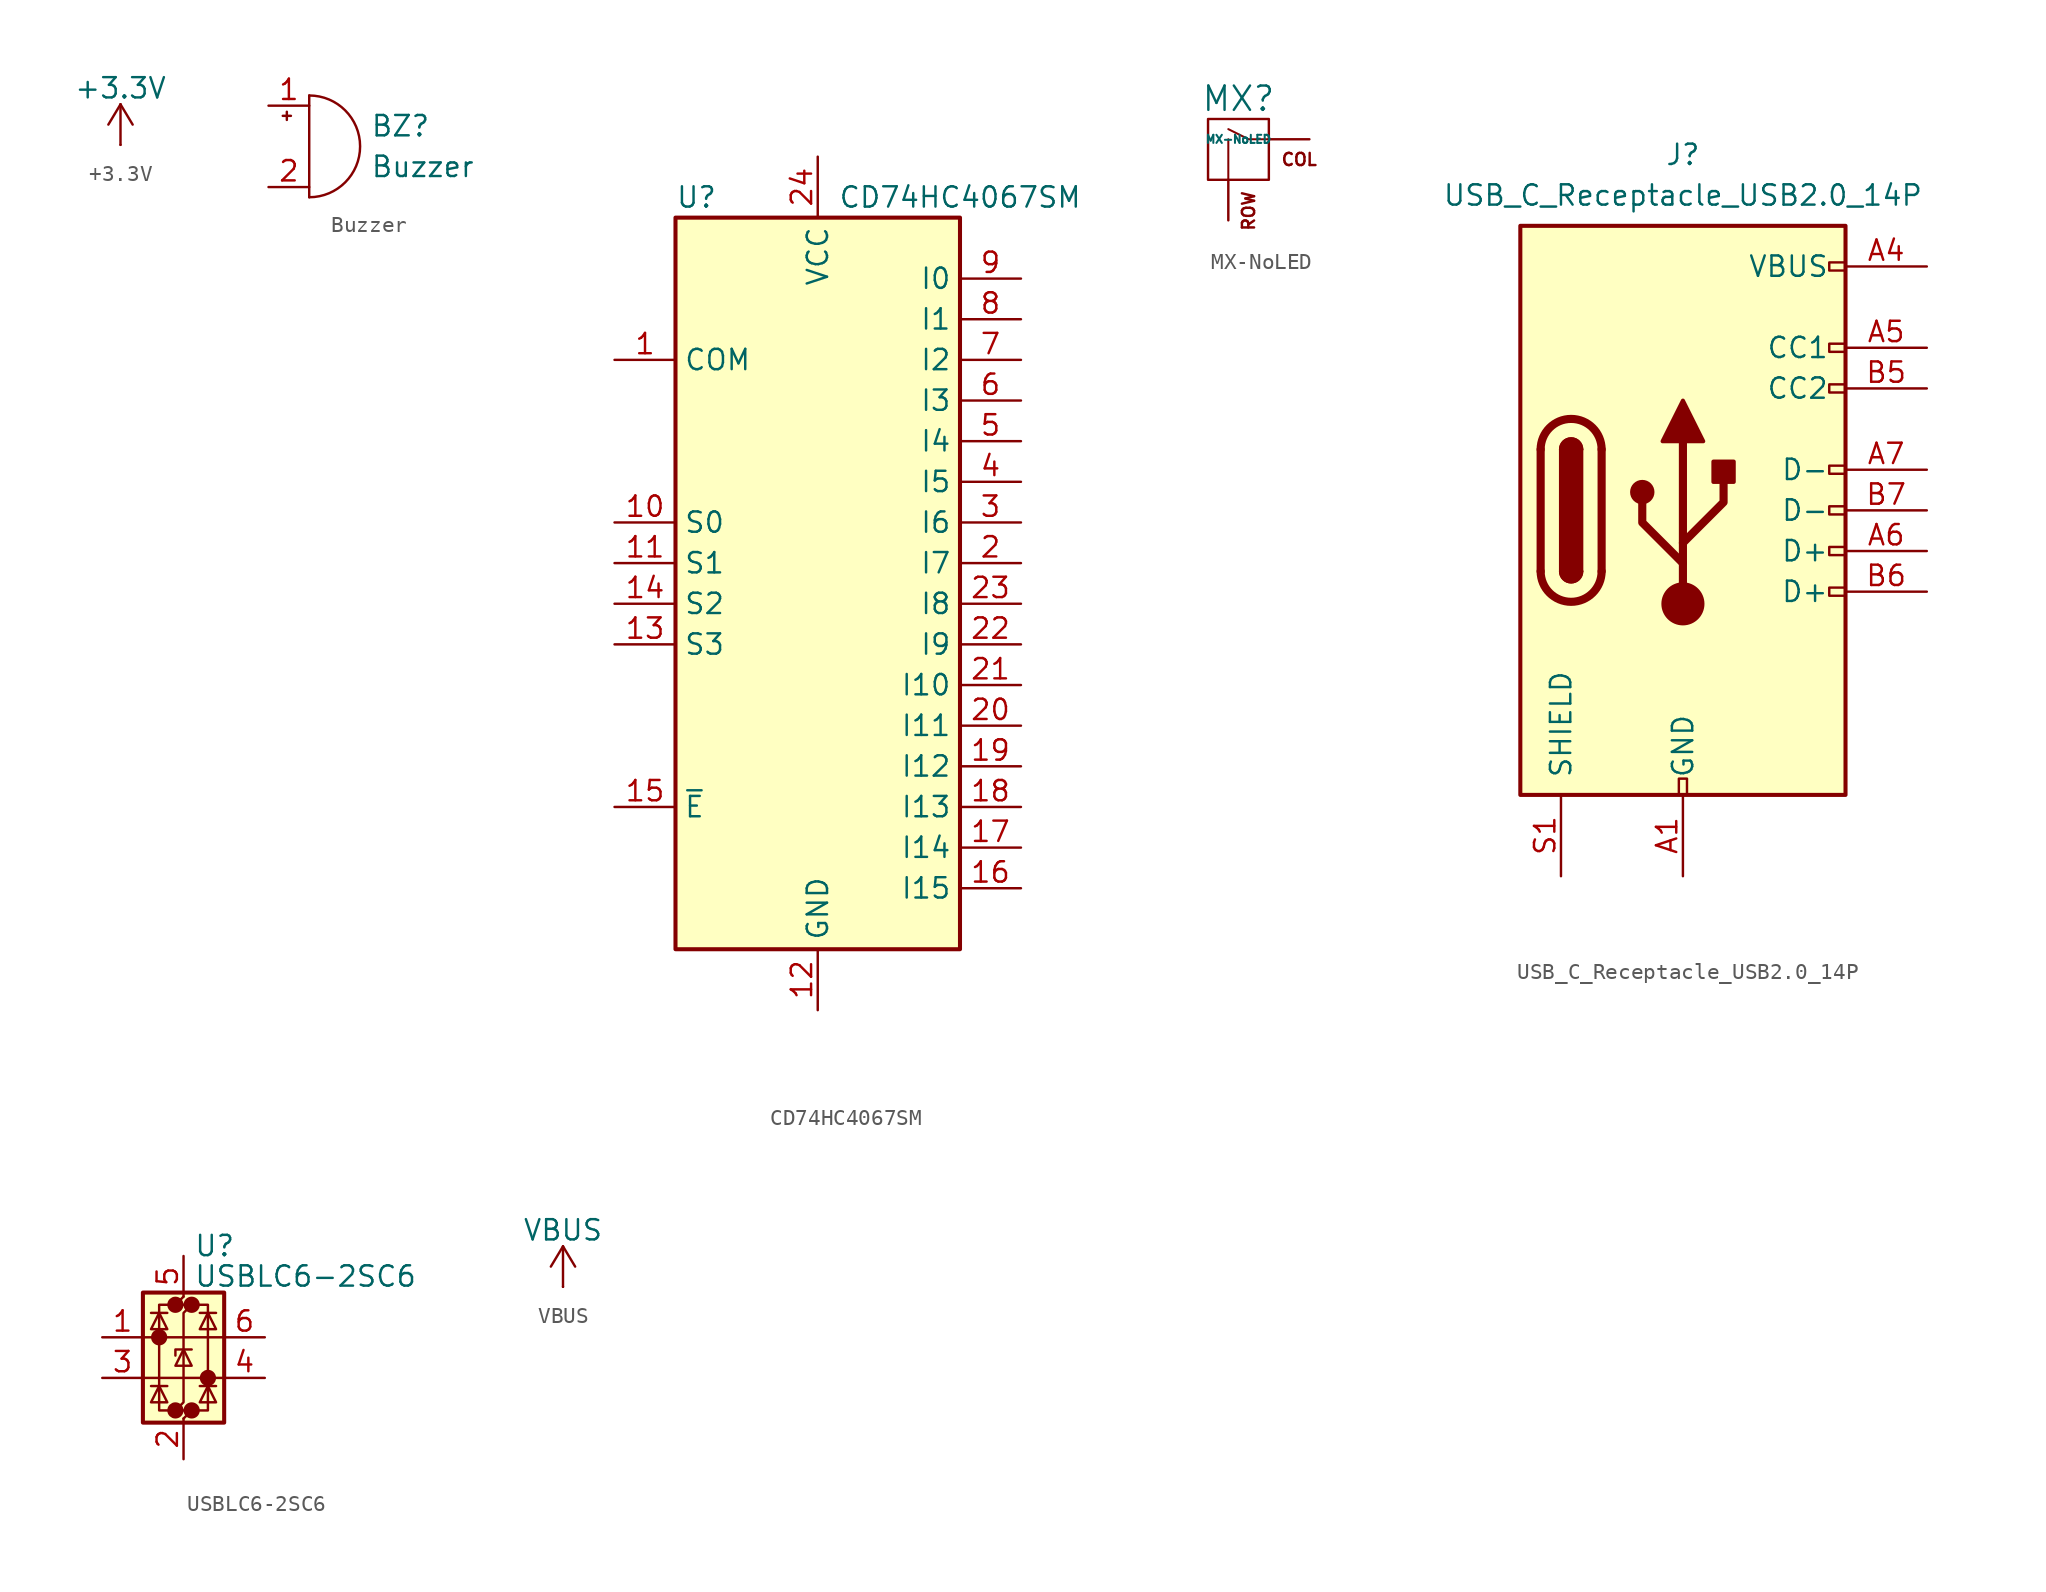
<source format=kicad_sym>
(kicad_symbol_lib
  (version 20241209)
  (generator "kicad_symbol_editor")
  (generator_version "9.0")
  (symbol "+3.3V"
    (power)
    (pin_numbers
      (hide yes))
    (pin_names
      (offset 0)
      (hide yes))
    (property "Reference" "#PWR"
      (at 0 -3.81 0)
      (effects (font (size 1.27 1.27)) (hide yes)))
    (property "Value" "+3.3V"
      (at 0 3.556 0)
      (effects (font (size 1.27 1.27))))
    (symbol "+3.3V_0_1"
      (polyline (pts (xy -0.762 1.27) (xy 0 2.54)) (stroke (width 0) (type default)) (fill (type none)))
      (polyline (pts (xy 0 2.54) (xy 0.762 1.27)) (stroke (width 0) (type default)) (fill (type none)))
      (polyline (pts (xy 0 0) (xy 0 2.54)) (stroke (width 0) (type default)) (fill (type none))))
    (symbol "+3.3V_1_1"
      (pin power_in line (at 0 0 90) (length 0) (name "~" (effects (font (size 1.27 1.27)))) (number "1" (effects (font (size 1.27 1.27)))))))
  (symbol "Buzzer"
    (pin_names
      (offset 0.025)
      (hide yes))
    (property "Reference" "BZ"
      (at 3.81 1.27 0)
      (effects (font (size 1.27 1.27)) (justify left)))
    (property "Value" "Buzzer"
      (at 3.81 -1.27 0)
      (effects (font (size 1.27 1.27)) (justify left)))
    (symbol "Buzzer_0_1"
      (polyline (pts (xy -1.651 1.905) (xy -1.143 1.905)) (stroke (width 0) (type default)) (fill (type none)))
      (polyline (pts (xy -1.397 2.159) (xy -1.397 1.651)) (stroke (width 0) (type default)) (fill (type none)))
      (arc (start 0 3.175) (mid 3.1612 0) (end 0 -3.175) (stroke (width 0) (type default)) (fill (type none)))
      (polyline (pts (xy 0 3.175) (xy 0 -3.175)) (stroke (width 0) (type default)) (fill (type none))))
    (symbol "Buzzer_1_1"
      (pin passive line (at -2.54 2.54 0) (length 2.54) (name "+" (effects (font (size 1.27 1.27)))) (number "1" (effects (font (size 1.27 1.27)))))
      (pin passive line (at -2.54 -2.54 0) (length 2.54) (name "-" (effects (font (size 1.27 1.27)))) (number "2" (effects (font (size 1.27 1.27)))))))
  (symbol "CD74HC4067SM"
    (property "Reference" "U"
      (at -8.89 22.86 0)
      (effects (font (size 1.27 1.27)) (justify left)))
    (property "Value" "CD74HC4067SM"
      (at 1.27 22.86 0)
      (effects (font (size 1.27 1.27)) (justify left)))
    (symbol "CD74HC4067SM_0_1"
      (rectangle (start -8.89 21.59) (end 8.89 -24.13) (stroke (width 0.254) (type default)) (fill (type background))))
    (symbol "CD74HC4067SM_1_1"
      (pin passive line (at -12.7 12.7 0) (length 3.81) (name "COM" (effects (font (size 1.27 1.27)))) (number "1" (effects (font (size 1.27 1.27)))))
      (pin input line (at -12.7 2.54 0) (length 3.81) (name "S0" (effects (font (size 1.27 1.27)))) (number "10" (effects (font (size 1.27 1.27)))))
      (pin input line (at -12.7 0 0) (length 3.81) (name "S1" (effects (font (size 1.27 1.27)))) (number "11" (effects (font (size 1.27 1.27)))))
      (pin input line (at -12.7 -2.54 0) (length 3.81) (name "S2" (effects (font (size 1.27 1.27)))) (number "14" (effects (font (size 1.27 1.27)))))
      (pin input line (at -12.7 -5.08 0) (length 3.81) (name "S3" (effects (font (size 1.27 1.27)))) (number "13" (effects (font (size 1.27 1.27)))))
      (pin input line (at -12.7 -15.24 0) (length 3.81) (name "~{E}" (effects (font (size 1.27 1.27)))) (number "15" (effects (font (size 1.27 1.27)))))
      (pin power_in line (at 0 25.4 270) (length 3.81) (name "VCC" (effects (font (size 1.27 1.27)))) (number "24" (effects (font (size 1.27 1.27)))))
      (pin power_in line (at 0 -27.94 90) (length 3.81) (name "GND" (effects (font (size 1.27 1.27)))) (number "12" (effects (font (size 1.27 1.27)))))
      (pin passive line (at 12.7 17.78 180) (length 3.81) (name "I0" (effects (font (size 1.27 1.27)))) (number "9" (effects (font (size 1.27 1.27)))))
      (pin passive line (at 12.7 15.24 180) (length 3.81) (name "I1" (effects (font (size 1.27 1.27)))) (number "8" (effects (font (size 1.27 1.27)))))
      (pin passive line (at 12.7 12.7 180) (length 3.81) (name "I2" (effects (font (size 1.27 1.27)))) (number "7" (effects (font (size 1.27 1.27)))))
      (pin passive line (at 12.7 10.16 180) (length 3.81) (name "I3" (effects (font (size 1.27 1.27)))) (number "6" (effects (font (size 1.27 1.27)))))
      (pin passive line (at 12.7 7.62 180) (length 3.81) (name "I4" (effects (font (size 1.27 1.27)))) (number "5" (effects (font (size 1.27 1.27)))))
      (pin passive line (at 12.7 5.08 180) (length 3.81) (name "I5" (effects (font (size 1.27 1.27)))) (number "4" (effects (font (size 1.27 1.27)))))
      (pin passive line (at 12.7 2.54 180) (length 3.81) (name "I6" (effects (font (size 1.27 1.27)))) (number "3" (effects (font (size 1.27 1.27)))))
      (pin passive line (at 12.7 0 180) (length 3.81) (name "I7" (effects (font (size 1.27 1.27)))) (number "2" (effects (font (size 1.27 1.27)))))
      (pin passive line (at 12.7 -2.54 180) (length 3.81) (name "I8" (effects (font (size 1.27 1.27)))) (number "23" (effects (font (size 1.27 1.27)))))
      (pin passive line (at 12.7 -5.08 180) (length 3.81) (name "I9" (effects (font (size 1.27 1.27)))) (number "22" (effects (font (size 1.27 1.27)))))
      (pin passive line (at 12.7 -7.62 180) (length 3.81) (name "I10" (effects (font (size 1.27 1.27)))) (number "21" (effects (font (size 1.27 1.27)))))
      (pin passive line (at 12.7 -10.16 180) (length 3.81) (name "I11" (effects (font (size 1.27 1.27)))) (number "20" (effects (font (size 1.27 1.27)))))
      (pin passive line (at 12.7 -12.7 180) (length 3.81) (name "I12" (effects (font (size 1.27 1.27)))) (number "19" (effects (font (size 1.27 1.27)))))
      (pin passive line (at 12.7 -15.24 180) (length 3.81) (name "I13" (effects (font (size 1.27 1.27)))) (number "18" (effects (font (size 1.27 1.27)))))
      (pin passive line (at 12.7 -17.78 180) (length 3.81) (name "I14" (effects (font (size 1.27 1.27)))) (number "17" (effects (font (size 1.27 1.27)))))
      (pin passive line (at 12.7 -20.32 180) (length 3.81) (name "I15" (effects (font (size 1.27 1.27)))) (number "16" (effects (font (size 1.27 1.27)))))))
  (symbol "MX-NoLED"
    (pin_names
      (offset 1.016))
    (property "Reference" "MX"
      (at -0.635 3.81 0)
      (effects (font (size 1.524 1.524))))
    (property "Value" "MX-NoLED"
      (at -0.635 1.27 0)
      (effects (font (size 0.508 0.508))))
    (symbol "MX-NoLED_0_0"
      (rectangle (start -2.54 2.54) (end 1.27 -1.27) (stroke (width 0) (type default)) (fill (type none)))
      (polyline (pts (xy -1.27 -1.27) (xy -1.27 1.27)) (stroke (width 0.127) (type default)) (fill (type none)))
      (polyline (pts (xy 1.27 1.27) (xy 0 1.27) (xy -1.27 1.905)) (stroke (width 0.127) (type default)) (fill (type none)))
      (text "ROW" (at 0 -1.905 900) (effects (font (size 0.762 0.762)) (justify right)))
      (text "COL" (at 3.175 0 0) (effects (font (size 0.762 0.762)))))
    (symbol "MX-NoLED_1_1"
      (pin passive line (at -1.27 -3.81 90) (length 2.54) (name "ROW" (effects (font (size 0 0)))) (number "2" (effects (font (size 0 0)))))
      (pin passive line (at 3.81 1.27 180) (length 2.54) (name "COL" (effects (font (size 0 0)))) (number "1" (effects (font (size 0 0)))))))
  (symbol "USB_C_Receptacle_USB2.0_14P"
    (pin_names
      (offset 1.016))
    (property "Reference" "J"
      (at 0 22.225 0)
      (effects (font (size 1.27 1.27))))
    (property "Value" "USB_C_Receptacle_USB2.0_14P"
      (at 0 19.685 0)
      (effects (font (size 1.27 1.27))))
    (symbol "USB_C_Receptacle_USB2.0_14P_0_0"
      (rectangle (start -0.254 -17.78) (end 0.254 -16.764) (stroke (width 0) (type default)) (fill (type none)))
      (rectangle (start 10.16 15.494) (end 9.144 14.986) (stroke (width 0) (type default)) (fill (type none)))
      (rectangle (start 10.16 10.414) (end 9.144 9.906) (stroke (width 0) (type default)) (fill (type none)))
      (rectangle (start 10.16 7.874) (end 9.144 7.366) (stroke (width 0) (type default)) (fill (type none)))
      (rectangle (start 10.16 2.794) (end 9.144 2.286) (stroke (width 0) (type default)) (fill (type none)))
      (rectangle (start 10.16 0.254) (end 9.144 -0.254) (stroke (width 0) (type default)) (fill (type none)))
      (rectangle (start 10.16 -2.286) (end 9.144 -2.794) (stroke (width 0) (type default)) (fill (type none)))
      (rectangle (start 10.16 -4.826) (end 9.144 -5.334) (stroke (width 0) (type default)) (fill (type none))))
    (symbol "USB_C_Receptacle_USB2.0_14P_0_1"
      (rectangle (start -10.16 17.78) (end 10.16 -17.78) (stroke (width 0.254) (type default)) (fill (type background)))
      (polyline (pts (xy -8.89 -3.81) (xy -8.89 3.81)) (stroke (width 0.508) (type default)) (fill (type none)))
      (rectangle (start -7.62 -3.81) (end -6.35 3.81) (stroke (width 0.254) (type default)) (fill (type outline)))
      (arc (start -7.62 3.81) (mid -6.985 4.4423) (end -6.35 3.81) (stroke (width 0.254) (type default)) (fill (type none)))
      (arc (start -7.62 3.81) (mid -6.985 4.4423) (end -6.35 3.81) (stroke (width 0.254) (type default)) (fill (type outline)))
      (arc (start -8.89 3.81) (mid -6.985 5.7067) (end -5.08 3.81) (stroke (width 0.508) (type default)) (fill (type none)))
      (arc (start -5.08 -3.81) (mid -6.985 -5.7067) (end -8.89 -3.81) (stroke (width 0.508) (type default)) (fill (type none)))
      (arc (start -6.35 -3.81) (mid -6.985 -4.4423) (end -7.62 -3.81) (stroke (width 0.254) (type default)) (fill (type none)))
      (arc (start -6.35 -3.81) (mid -6.985 -4.4423) (end -7.62 -3.81) (stroke (width 0.254) (type default)) (fill (type outline)))
      (polyline (pts (xy -5.08 3.81) (xy -5.08 -3.81)) (stroke (width 0.508) (type default)) (fill (type none)))
      (circle (center -2.54 1.143) (radius 0.635) (stroke (width 0.254) (type default)) (fill (type outline)))
      (polyline (pts (xy -1.27 4.318) (xy 0 6.858) (xy 1.27 4.318) (xy -1.27 4.318)) (stroke (width 0.254) (type default)) (fill (type outline)))
      (polyline (pts (xy 0 -2.032) (xy 2.54 0.508) (xy 2.54 1.778)) (stroke (width 0.508) (type default)) (fill (type none)))
      (polyline (pts (xy 0 -3.302) (xy -2.54 -0.762) (xy -2.54 0.508)) (stroke (width 0.508) (type default)) (fill (type none)))
      (polyline (pts (xy 0 -5.842) (xy 0 4.318)) (stroke (width 0.508) (type default)) (fill (type none)))
      (circle (center 0 -5.842) (radius 1.27) (stroke (width 0) (type default)) (fill (type outline)))
      (rectangle (start 1.905 1.778) (end 3.175 3.048) (stroke (width 0.254) (type default)) (fill (type outline))))
    (symbol "USB_C_Receptacle_USB2.0_14P_1_1"
      (pin passive line (at -7.62 -22.86 90) (length 5.08) (name "SHIELD" (effects (font (size 1.27 1.27)))) (number "S1" (effects (font (size 1.27 1.27)))))
      (pin passive line (at 0 -22.86 90) (length 5.08) (name "GND" (effects (font (size 1.27 1.27)))) (number "A1" (effects (font (size 1.27 1.27)))))
      (pin passive line (at 0 -22.86 90) (length 5.08) (hide yes) (name "GND" (effects (font (size 1.27 1.27)))) (number "A12" (effects (font (size 1.27 1.27)))))
      (pin passive line (at 0 -22.86 90) (length 5.08) (hide yes) (name "GND" (effects (font (size 1.27 1.27)))) (number "B1" (effects (font (size 1.27 1.27)))))
      (pin passive line (at 0 -22.86 90) (length 5.08) (hide yes) (name "GND" (effects (font (size 1.27 1.27)))) (number "B12" (effects (font (size 1.27 1.27)))))
      (pin passive line (at 15.24 15.24 180) (length 5.08) (name "VBUS" (effects (font (size 1.27 1.27)))) (number "A4" (effects (font (size 1.27 1.27)))))
      (pin passive line (at 15.24 15.24 180) (length 5.08) (hide yes) (name "VBUS" (effects (font (size 1.27 1.27)))) (number "A9" (effects (font (size 1.27 1.27)))))
      (pin passive line (at 15.24 15.24 180) (length 5.08) (hide yes) (name "VBUS" (effects (font (size 1.27 1.27)))) (number "B4" (effects (font (size 1.27 1.27)))))
      (pin passive line (at 15.24 15.24 180) (length 5.08) (hide yes) (name "VBUS" (effects (font (size 1.27 1.27)))) (number "B9" (effects (font (size 1.27 1.27)))))
      (pin bidirectional line (at 15.24 10.16 180) (length 5.08) (name "CC1" (effects (font (size 1.27 1.27)))) (number "A5" (effects (font (size 1.27 1.27)))))
      (pin bidirectional line (at 15.24 7.62 180) (length 5.08) (name "CC2" (effects (font (size 1.27 1.27)))) (number "B5" (effects (font (size 1.27 1.27)))))
      (pin bidirectional line (at 15.24 2.54 180) (length 5.08) (name "D-" (effects (font (size 1.27 1.27)))) (number "A7" (effects (font (size 1.27 1.27)))))
      (pin bidirectional line (at 15.24 0 180) (length 5.08) (name "D-" (effects (font (size 1.27 1.27)))) (number "B7" (effects (font (size 1.27 1.27)))))
      (pin bidirectional line (at 15.24 -2.54 180) (length 5.08) (name "D+" (effects (font (size 1.27 1.27)))) (number "A6" (effects (font (size 1.27 1.27)))))
      (pin bidirectional line (at 15.24 -5.08 180) (length 5.08) (name "D+" (effects (font (size 1.27 1.27)))) (number "B6" (effects (font (size 1.27 1.27)))))))
  (symbol "USBLC6-2SC6"
    (pin_names
      (hide yes))
    (property "Reference" "U"
      (at 0.635 5.715 0)
      (effects (font (size 1.27 1.27)) (justify left)))
    (property "Value" "USBLC6-2SC6"
      (at 0.635 3.81 0)
      (effects (font (size 1.27 1.27)) (justify left)))
    (symbol "USBLC6-2SC6_0_0"
      (circle (center -1.524 0) (radius 0.0001) (stroke (width 0.508) (type default)) (fill (type none)))
      (circle (center -0.508 2.032) (radius 0.0001) (stroke (width 0.508) (type default)) (fill (type none)))
      (circle (center -0.508 -4.572) (radius 0.0001) (stroke (width 0.508) (type default)) (fill (type none)))
      (circle (center 0.508 2.032) (radius 0.0001) (stroke (width 0.508) (type default)) (fill (type none)))
      (circle (center 0.508 -4.572) (radius 0.0001) (stroke (width 0.508) (type default)) (fill (type none)))
      (circle (center 1.524 -2.54) (radius 0.0001) (stroke (width 0.508) (type default)) (fill (type none))))
    (symbol "USBLC6-2SC6_0_1"
      (polyline (pts (xy -2.54 0) (xy 2.54 0)) (stroke (width 0) (type default)) (fill (type none)))
      (polyline (pts (xy -2.54 -2.54) (xy 2.54 -2.54)) (stroke (width 0) (type default)) (fill (type none)))
      (polyline (pts (xy -2.032 0.508) (xy -1.016 0.508) (xy -1.524 1.524) (xy -2.032 0.508)) (stroke (width 0) (type default)) (fill (type none)))
      (polyline (pts (xy -2.032 -3.048) (xy -1.016 -3.048)) (stroke (width 0) (type default)) (fill (type none)))
      (polyline (pts (xy -1.016 1.524) (xy -2.032 1.524)) (stroke (width 0) (type default)) (fill (type none)))
      (polyline (pts (xy -1.016 -4.064) (xy -2.032 -4.064) (xy -1.524 -3.048) (xy -1.016 -4.064)) (stroke (width 0) (type default)) (fill (type none)))
      (polyline (pts (xy -0.508 -1.143) (xy -0.508 -0.762) (xy 0.508 -0.762)) (stroke (width 0) (type default)) (fill (type none)))
      (polyline (pts (xy 0 2.54) (xy -0.508 2.032) (xy 0.508 2.032) (xy 0 1.524) (xy 0 -4.064) (xy -0.508 -4.572) (xy 0.508 -4.572) (xy 0 -5.08)) (stroke (width 0) (type default)) (fill (type none)))
      (polyline (pts (xy 0.508 -1.778) (xy -0.508 -1.778) (xy 0 -0.762) (xy 0.508 -1.778)) (stroke (width 0) (type default)) (fill (type none)))
      (polyline (pts (xy 1.016 1.524) (xy 2.032 1.524)) (stroke (width 0) (type default)) (fill (type none)))
      (polyline (pts (xy 1.016 -3.048) (xy 2.032 -3.048)) (stroke (width 0) (type default)) (fill (type none)))
      (polyline (pts (xy 2.032 0.508) (xy 1.016 0.508) (xy 1.524 1.524) (xy 2.032 0.508)) (stroke (width 0) (type default)) (fill (type none)))
      (polyline (pts (xy 2.032 -4.064) (xy 1.016 -4.064) (xy 1.524 -3.048) (xy 2.032 -4.064)) (stroke (width 0) (type default)) (fill (type none))))
    (symbol "USBLC6-2SC6_1_1"
      (rectangle (start -2.54 2.794) (end 2.54 -5.334) (stroke (width 0.254) (type default)) (fill (type background)))
      (polyline (pts (xy -0.508 2.032) (xy -1.524 2.032) (xy -1.524 -4.572) (xy -0.508 -4.572)) (stroke (width 0) (type default)) (fill (type none)))
      (polyline (pts (xy 0.508 -4.572) (xy 1.524 -4.572) (xy 1.524 2.032) (xy 0.508 2.032)) (stroke (width 0) (type default)) (fill (type none)))
      (pin passive line (at -5.08 0 0) (length 2.54) (name "I/O1" (effects (font (size 1.27 1.27)))) (number "1" (effects (font (size 1.27 1.27)))))
      (pin passive line (at -5.08 -2.54 0) (length 2.54) (name "I/O2" (effects (font (size 1.27 1.27)))) (number "3" (effects (font (size 1.27 1.27)))))
      (pin passive line (at 0 5.08 270) (length 2.54) (name "VBUS" (effects (font (size 1.27 1.27)))) (number "5" (effects (font (size 1.27 1.27)))))
      (pin passive line (at 0 -7.62 90) (length 2.54) (name "GND" (effects (font (size 1.27 1.27)))) (number "2" (effects (font (size 1.27 1.27)))))
      (pin passive line (at 5.08 0 180) (length 2.54) (name "I/O1" (effects (font (size 1.27 1.27)))) (number "6" (effects (font (size 1.27 1.27)))))
      (pin passive line (at 5.08 -2.54 180) (length 2.54) (name "I/O2" (effects (font (size 1.27 1.27)))) (number "4" (effects (font (size 1.27 1.27)))))))
  (symbol "VBUS"
    (power)
    (pin_numbers
      (hide yes))
    (pin_names
      (offset 0)
      (hide yes))
    (property "Reference" "#PWR"
      (at 0 -3.81 0)
      (effects (font (size 1.27 1.27)) (hide yes)))
    (property "Value" "VBUS"
      (at 0 3.556 0)
      (effects (font (size 1.27 1.27))))
    (symbol "VBUS_0_1"
      (polyline (pts (xy -0.762 1.27) (xy 0 2.54)) (stroke (width 0) (type default)) (fill (type none)))
      (polyline (pts (xy 0 2.54) (xy 0.762 1.27)) (stroke (width 0) (type default)) (fill (type none)))
      (polyline (pts (xy 0 0) (xy 0 2.54)) (stroke (width 0) (type default)) (fill (type none))))
    (symbol "VBUS_1_1"
      (pin power_in line (at 0 0 90) (length 0) (name "~" (effects (font (size 1.27 1.27)))) (number "1" (effects (font (size 1.27 1.27))))))))
</source>
